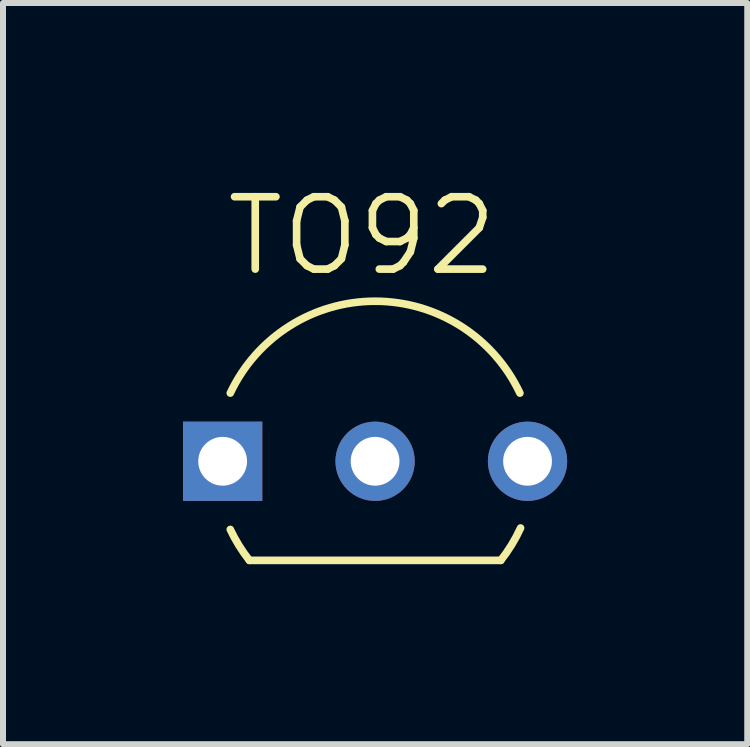
<source format=kicad_pcb>
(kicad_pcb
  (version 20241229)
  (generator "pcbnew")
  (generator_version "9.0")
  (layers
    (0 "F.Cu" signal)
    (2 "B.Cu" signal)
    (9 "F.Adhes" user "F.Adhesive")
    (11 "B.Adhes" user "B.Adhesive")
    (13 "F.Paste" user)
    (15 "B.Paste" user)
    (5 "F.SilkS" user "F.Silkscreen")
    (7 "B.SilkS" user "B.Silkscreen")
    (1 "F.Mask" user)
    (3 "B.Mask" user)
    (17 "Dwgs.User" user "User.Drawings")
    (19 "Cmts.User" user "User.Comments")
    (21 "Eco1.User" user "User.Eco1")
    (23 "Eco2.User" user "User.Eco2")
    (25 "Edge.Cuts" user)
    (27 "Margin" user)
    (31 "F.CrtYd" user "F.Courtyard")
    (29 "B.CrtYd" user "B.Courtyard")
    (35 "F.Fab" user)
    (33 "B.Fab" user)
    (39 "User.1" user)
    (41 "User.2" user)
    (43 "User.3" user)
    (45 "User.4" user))
  (footprint "TO92"
    (layer "F.Cu")
    (at 3.2 4.636)
    (property "Reference" "TO92" (at -2.54 -3.048 0) (layer "F.SilkS") (effects (font (size 1.206 1.206) (thickness 0.127)) (justify left bottom)))
    (attr through_hole)
    (fp_line (start -2.095 1.651) (end 2.095 1.651) (stroke (width 0.127) (type solid)) (layer "F.SilkS"))
    (fp_arc (start -2.413 -1.1359) (mid -0.000001 -2.666986) (end 2.412999 -1.135901) (stroke (width 0.127) (type solid)) (layer "F.SilkS"))
    (fp_arc (start -2.0945 1.651) (mid -2.268418 1.40252) (end -2.413 1.1359) (stroke (width 0.127) (type solid)) (layer "F.SilkS"))
    (fp_arc (start 2.4242 1.1118) (mid 2.275378 1.391201) (end 2.0945 1.651) (stroke (width 0.127) (type solid)) (layer "F.SilkS"))
    (pad "1" thru_hole rect (at -2.54 0 90) (size 1.321 1.321) (drill 0.813) (layers "*.Cu" "*.Mask"))
    (pad "2" thru_hole circle (at 0 0 90) (size 1.321 1.321) (drill 0.813) (layers "*.Cu" "*.Mask"))
    (pad "3" thru_hole circle (at 2.54 0 90) (size 1.321 1.321) (drill 0.813) (layers "*.Cu" "*.Mask")))
  (gr_rect
    (start -3 -3)
    (end 9.401 9.35)
    (stroke (width 0.1) (type default))
    (fill no)
    (layer "Edge.Cuts")))
</source>
